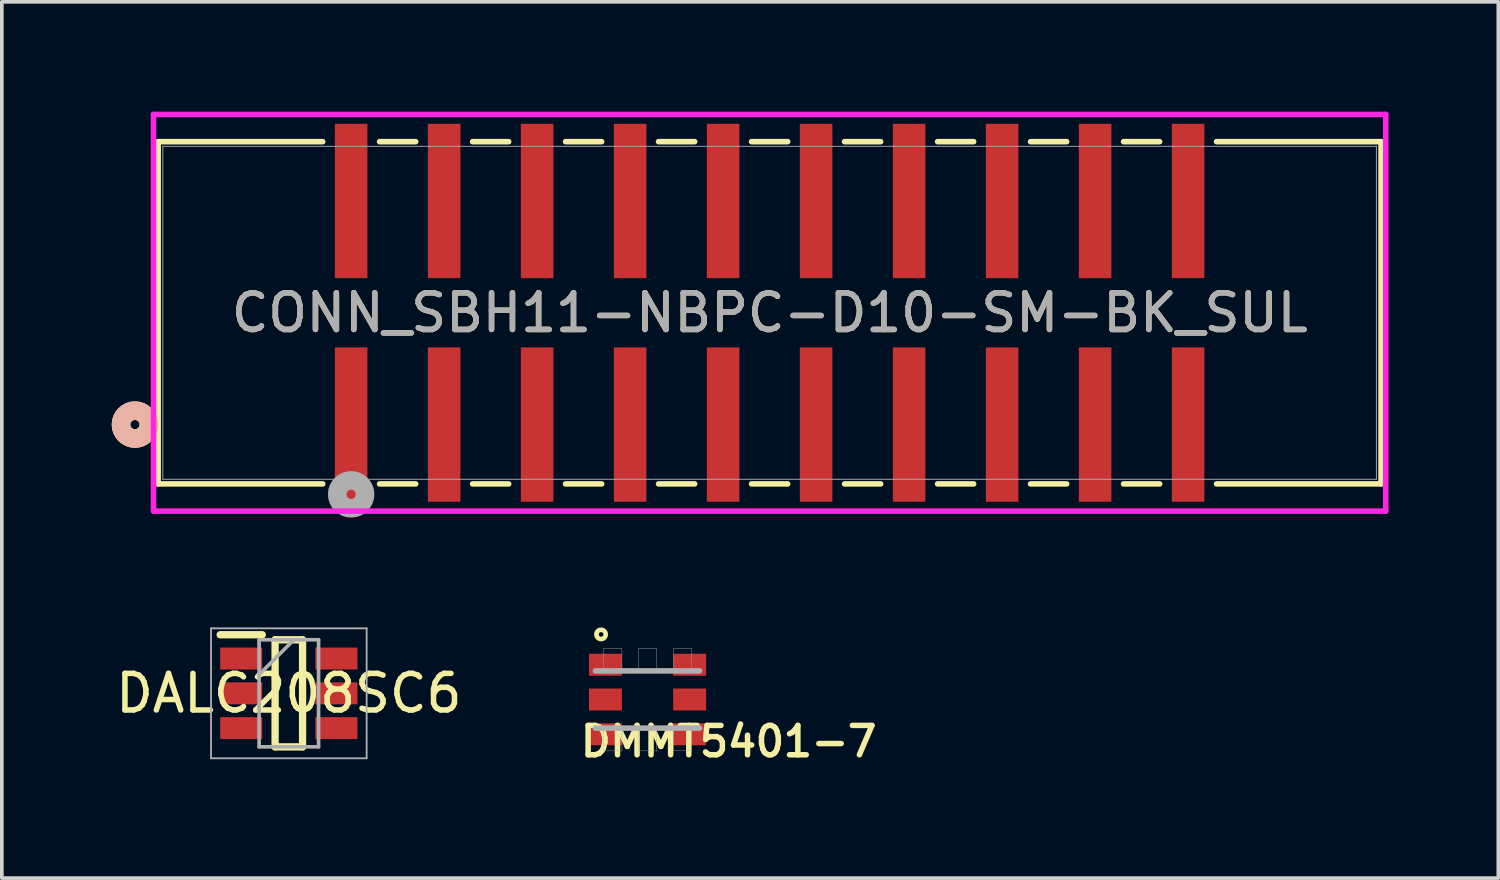
<source format=kicad_pcb>
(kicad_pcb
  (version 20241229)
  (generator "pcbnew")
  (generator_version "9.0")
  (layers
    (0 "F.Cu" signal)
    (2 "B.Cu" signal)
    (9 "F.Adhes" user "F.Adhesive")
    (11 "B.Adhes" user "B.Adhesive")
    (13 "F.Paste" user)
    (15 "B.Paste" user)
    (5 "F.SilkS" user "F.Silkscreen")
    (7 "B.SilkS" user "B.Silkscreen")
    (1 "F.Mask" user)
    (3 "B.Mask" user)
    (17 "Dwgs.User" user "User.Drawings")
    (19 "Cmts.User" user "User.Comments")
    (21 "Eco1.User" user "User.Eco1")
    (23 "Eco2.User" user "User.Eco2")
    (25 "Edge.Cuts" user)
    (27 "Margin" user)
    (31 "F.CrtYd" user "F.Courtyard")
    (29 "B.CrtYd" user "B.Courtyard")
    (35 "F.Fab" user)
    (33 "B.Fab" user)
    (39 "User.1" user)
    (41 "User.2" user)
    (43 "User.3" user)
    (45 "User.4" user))
  (footprint "DALC208SC6"
    (layer "F.Cu")
    (at 4.839 15.887)
    (property "Reference" "DALC208SC6" (at 0 0 0) (layer "F.SilkS") (effects (font (size 1 1) (thickness 0.15))))
    (attr smd)
    (fp_line (start -1.875 -1.6) (end -0.725 -1.6) (stroke (width 0.2) (type solid)) (layer "F.SilkS"))
    (fp_line (start -0.375 -1.462) (end 0.375 -1.462) (stroke (width 0.2) (type solid)) (layer "F.SilkS"))
    (fp_line (start -0.375 1.462) (end -0.375 -1.462) (stroke (width 0.2) (type solid)) (layer "F.SilkS"))
    (fp_line (start 0.375 -1.462) (end 0.375 1.462) (stroke (width 0.2) (type solid)) (layer "F.SilkS"))
    (fp_line (start 0.375 1.462) (end -0.375 1.462) (stroke (width 0.2) (type solid)) (layer "F.SilkS"))
    (fp_line (start -2.125 -1.775) (end 2.125 -1.775) (stroke (width 0.05) (type solid)) (layer "F.Fab"))
    (fp_line (start -2.125 1.775) (end -2.125 -1.775) (stroke (width 0.05) (type solid)) (layer "F.Fab"))
    (fp_line (start -0.812 -1.462) (end 0.812 -1.462) (stroke (width 0.1) (type solid)) (layer "F.Fab"))
    (fp_line (start -0.812 -0.512) (end 0.138 -1.462) (stroke (width 0.1) (type solid)) (layer "F.Fab"))
    (fp_line (start -0.812 1.462) (end -0.812 -1.462) (stroke (width 0.1) (type solid)) (layer "F.Fab"))
    (fp_line (start 0.812 -1.462) (end 0.812 1.462) (stroke (width 0.1) (type solid)) (layer "F.Fab"))
    (fp_line (start 0.812 1.462) (end -0.812 1.462) (stroke (width 0.1) (type solid)) (layer "F.Fab"))
    (fp_line (start 2.125 -1.775) (end 2.125 1.775) (stroke (width 0.05) (type solid)) (layer "F.Fab"))
    (fp_line (start 2.125 1.775) (end -2.125 1.775) (stroke (width 0.05) (type solid)) (layer "F.Fab"))
    (pad "1" smd rect (at -1.3 -0.95) (size 1.15 0.6) (layers "F.Cu" "F.Mask" "F.Paste"))
    (pad "2" smd rect (at -1.3 0) (size 1.15 0.6) (layers "F.Cu" "F.Mask" "F.Paste"))
    (pad "3" smd rect (at -1.3 0.95) (size 1.15 0.6) (layers "F.Cu" "F.Mask" "F.Paste"))
    (pad "4" smd rect (at 1.3 0.95) (size 1.15 0.6) (layers "F.Cu" "F.Mask" "F.Paste"))
    (pad "5" smd rect (at 1.3 0) (size 1.15 0.6) (layers "F.Cu" "F.Mask" "F.Paste"))
    (pad "6" smd rect (at 1.3 -0.95) (size 1.15 0.6) (layers "F.Cu" "F.Mask" "F.Paste")))
  (footprint "CONN_SBH11-NBPC-D10-SM-BK_SUL"
    (layer "F.Cu")
    (at 17.971 5.493)
    (property "Reference" "CONN_SBH11-NBPC-D10-SM-BK_SUL" (at 0 0 0) (unlocked yes) (layer "F.SilkS") (effects (font (size 1 1) (thickness 0.15))))
    (attr smd)
    (fp_line (start -16.701 -4.674) (end -16.701 4.674) (stroke (width 0.152) (type solid)) (layer "F.SilkS"))
    (fp_line (start -16.701 4.674) (end -12.207 4.674) (stroke (width 0.152) (type solid)) (layer "F.SilkS"))
    (fp_line (start -12.207 -4.674) (end -16.701 -4.674) (stroke (width 0.152) (type solid)) (layer "F.SilkS"))
    (fp_line (start -10.653 4.674) (end -9.667 4.674) (stroke (width 0.152) (type solid)) (layer "F.SilkS"))
    (fp_line (start -9.667 -4.674) (end -10.653 -4.674) (stroke (width 0.152) (type solid)) (layer "F.SilkS"))
    (fp_line (start -8.113 4.674) (end -7.127 4.674) (stroke (width 0.152) (type solid)) (layer "F.SilkS"))
    (fp_line (start -7.127 -4.674) (end -8.113 -4.674) (stroke (width 0.152) (type solid)) (layer "F.SilkS"))
    (fp_line (start -5.573 4.674) (end -4.587 4.674) (stroke (width 0.152) (type solid)) (layer "F.SilkS"))
    (fp_line (start -4.587 -4.674) (end -5.573 -4.674) (stroke (width 0.152) (type solid)) (layer "F.SilkS"))
    (fp_line (start -3.033 4.674) (end -2.047 4.674) (stroke (width 0.152) (type solid)) (layer "F.SilkS"))
    (fp_line (start -2.047 -4.674) (end -3.033 -4.674) (stroke (width 0.152) (type solid)) (layer "F.SilkS"))
    (fp_line (start -0.493 4.674) (end 0.493 4.674) (stroke (width 0.152) (type solid)) (layer "F.SilkS"))
    (fp_line (start 0.493 -4.674) (end -0.493 -4.674) (stroke (width 0.152) (type solid)) (layer "F.SilkS"))
    (fp_line (start 2.047 4.674) (end 3.033 4.674) (stroke (width 0.152) (type solid)) (layer "F.SilkS"))
    (fp_line (start 3.033 -4.674) (end 2.047 -4.674) (stroke (width 0.152) (type solid)) (layer "F.SilkS"))
    (fp_line (start 4.587 4.674) (end 5.573 4.674) (stroke (width 0.152) (type solid)) (layer "F.SilkS"))
    (fp_line (start 5.573 -4.674) (end 4.587 -4.674) (stroke (width 0.152) (type solid)) (layer "F.SilkS"))
    (fp_line (start 7.127 4.674) (end 8.113 4.674) (stroke (width 0.152) (type solid)) (layer "F.SilkS"))
    (fp_line (start 8.113 -4.674) (end 7.127 -4.674) (stroke (width 0.152) (type solid)) (layer "F.SilkS"))
    (fp_line (start 9.667 4.674) (end 10.653 4.674) (stroke (width 0.152) (type solid)) (layer "F.SilkS"))
    (fp_line (start 10.653 -4.674) (end 9.667 -4.674) (stroke (width 0.152) (type solid)) (layer "F.SilkS"))
    (fp_line (start 12.207 4.674) (end 16.701 4.674) (stroke (width 0.152) (type solid)) (layer "F.SilkS"))
    (fp_line (start 16.701 -4.674) (end 12.207 -4.674) (stroke (width 0.152) (type solid)) (layer "F.SilkS"))
    (fp_line (start 16.701 4.674) (end 16.701 -4.674) (stroke (width 0.152) (type solid)) (layer "F.SilkS"))
    (fp_circle (center -17.335 3.054) (end -16.954 3.054) (stroke (width 0.508) (type solid)) (fill no) (layer "F.SilkS"))
    (fp_circle (center -17.335 3.054) (end -16.954 3.054) (stroke (width 0.508) (type solid)) (fill no) (layer "B.SilkS"))
    (fp_line (start -16.828 -5.417) (end -16.828 5.417) (stroke (width 0.152) (type solid)) (layer "F.CrtYd"))
    (fp_line (start -16.828 5.417) (end 16.828 5.417) (stroke (width 0.152) (type solid)) (layer "F.CrtYd"))
    (fp_line (start 16.828 -5.417) (end -16.828 -5.417) (stroke (width 0.152) (type solid)) (layer "F.CrtYd"))
    (fp_line (start 16.828 5.417) (end 16.828 -5.417) (stroke (width 0.152) (type solid)) (layer "F.CrtYd"))
    (fp_line (start -16.573 -4.547) (end -16.573 4.547) (stroke (width 0.025) (type solid)) (layer "F.Fab"))
    (fp_line (start -16.573 4.547) (end 16.573 4.547) (stroke (width 0.025) (type solid)) (layer "F.Fab"))
    (fp_line (start 16.573 -4.547) (end -16.573 -4.547) (stroke (width 0.025) (type solid)) (layer "F.Fab"))
    (fp_line (start 16.573 4.547) (end 16.573 -4.547) (stroke (width 0.025) (type solid)) (layer "F.Fab"))
    (fp_circle (center -11.43 4.959) (end -11.049 4.959) (stroke (width 0.508) (type solid)) (fill no) (layer "F.Fab"))
    (fp_text user "${REFERENCE}" (at 0 0 0) (unlocked yes) (layer "F.Fab") (effects (font (size 1 1) (thickness 0.15))))
    (pad "1" smd rect (at -11.43 3.054) (size 0.889 4.216) (layers "F.Cu" "F.Mask" "F.Paste"))
    (pad "2" smd rect (at -11.43 -3.054) (size 0.889 4.216) (layers "F.Cu" "F.Mask" "F.Paste"))
    (pad "3" smd rect (at -8.89 3.054) (size 0.889 4.216) (layers "F.Cu" "F.Mask" "F.Paste"))
    (pad "4" smd rect (at -8.89 -3.054) (size 0.889 4.216) (layers "F.Cu" "F.Mask" "F.Paste"))
    (pad "5" smd rect (at -6.35 3.054) (size 0.889 4.216) (layers "F.Cu" "F.Mask" "F.Paste"))
    (pad "6" smd rect (at -6.35 -3.054) (size 0.889 4.216) (layers "F.Cu" "F.Mask" "F.Paste"))
    (pad "7" smd rect (at -3.81 3.054) (size 0.889 4.216) (layers "F.Cu" "F.Mask" "F.Paste"))
    (pad "8" smd rect (at -3.81 -3.054) (size 0.889 4.216) (layers "F.Cu" "F.Mask" "F.Paste"))
    (pad "9" smd rect (at -1.27 3.054) (size 0.889 4.216) (layers "F.Cu" "F.Mask" "F.Paste"))
    (pad "10" smd rect (at -1.27 -3.054) (size 0.889 4.216) (layers "F.Cu" "F.Mask" "F.Paste"))
    (pad "11" smd rect (at 1.27 3.054) (size 0.889 4.216) (layers "F.Cu" "F.Mask" "F.Paste"))
    (pad "12" smd rect (at 1.27 -3.054) (size 0.889 4.216) (layers "F.Cu" "F.Mask" "F.Paste"))
    (pad "13" smd rect (at 3.81 3.054) (size 0.889 4.216) (layers "F.Cu" "F.Mask" "F.Paste"))
    (pad "14" smd rect (at 3.81 -3.054) (size 0.889 4.216) (layers "F.Cu" "F.Mask" "F.Paste"))
    (pad "15" smd rect (at 6.35 3.054) (size 0.889 4.216) (layers "F.Cu" "F.Mask" "F.Paste"))
    (pad "16" smd rect (at 6.35 -3.054) (size 0.889 4.216) (layers "F.Cu" "F.Mask" "F.Paste"))
    (pad "17" smd rect (at 8.89 3.054) (size 0.889 4.216) (layers "F.Cu" "F.Mask" "F.Paste"))
    (pad "18" smd rect (at 8.89 -3.054) (size 0.889 4.216) (layers "F.Cu" "F.Mask" "F.Paste"))
    (pad "19" smd rect (at 11.43 3.054) (size 0.889 4.216) (layers "F.Cu" "F.Mask" "F.Paste"))
    (pad "20" smd rect (at 11.43 -3.054) (size 0.889 4.216) (layers "F.Cu" "F.Mask" "F.Paste")))
  (footprint "DMMT5401-7"
    (layer "F.Cu")
    (at 14.637 16.056)
    (property "Reference" "DMMT5401-7" (at 2.215 1.146 180) (layer "F.SilkS") (effects (font (size 0.802 0.802) (thickness 0.15))))
    (attr smd)
    (fp_circle (center -1.27 -1.778) (end -1.143 -1.778) (stroke (width 0.127) (type solid)) (fill no) (layer "F.SilkS"))
    (fp_line (start -1.423 -0.781) (end 1.422 -0.781) (stroke (width 0.152) (type solid)) (layer "F.Fab"))
    (fp_line (start 1.422 0.781) (end -1.423 0.781) (stroke (width 0.152) (type solid)) (layer "F.Fab"))
    (fp_poly (pts (xy -1.203 0.8) (xy -0.7 0.8) (xy -0.7 1.404) (xy -1.203 1.404)) (stroke (width 0.01) (type solid)) (fill no) (layer "F.Fab"))
    (fp_poly (pts (xy -1.202 -1.4) (xy -0.7 -1.4) (xy -0.7 -0.802) (xy -1.202 -0.802)) (stroke (width 0.01) (type solid)) (fill no) (layer "F.Fab"))
    (fp_poly (pts (xy -0.25 0.8) (xy 0.25 0.8) (xy 0.25 1.403) (xy -0.25 1.403)) (stroke (width 0.01) (type solid)) (fill no) (layer "F.Fab"))
    (fp_poly (pts (xy -0.25 -1.4) (xy 0.25 -1.4) (xy 0.25 -0.801) (xy -0.25 -0.801)) (stroke (width 0.01) (type solid)) (fill no) (layer "F.Fab"))
    (fp_poly (pts (xy 0.701 0.8) (xy 1.2 0.8) (xy 1.2 1.402) (xy 0.701 1.402)) (stroke (width 0.01) (type solid)) (fill no) (layer "F.Fab"))
    (fp_poly (pts (xy 0.702 -1.4) (xy 1.2 -1.4) (xy 1.2 -0.802) (xy 0.702 -0.802)) (stroke (width 0.01) (type solid)) (fill no) (layer "F.Fab"))
    (pad "1" smd rect (at -1.15 -0.95 270) (size 0.6 0.9) (layers "F.Cu" "F.Mask" "F.Paste"))
    (pad "2" smd rect (at -1.15 0 270) (size 0.6 0.9) (layers "F.Cu" "F.Mask" "F.Paste"))
    (pad "3" smd rect (at -1.15 0.95 270) (size 0.6 0.9) (layers "F.Cu" "F.Mask" "F.Paste"))
    (pad "4" smd rect (at 1.15 0.95 270) (size 0.6 0.9) (layers "F.Cu" "F.Mask" "F.Paste"))
    (pad "5" smd rect (at 1.15 0 270) (size 0.6 0.9) (layers "F.Cu" "F.Mask" "F.Paste"))
    (pad "6" smd rect (at 1.15 -0.95 270) (size 0.6 0.9) (layers "F.Cu" "F.Mask" "F.Paste")))
  (gr_rect
    (start -3 -3)
    (end 37.874 20.934)
    (stroke (width 0.1) (type default))
    (fill no)
    (layer "Edge.Cuts")))
</source>
